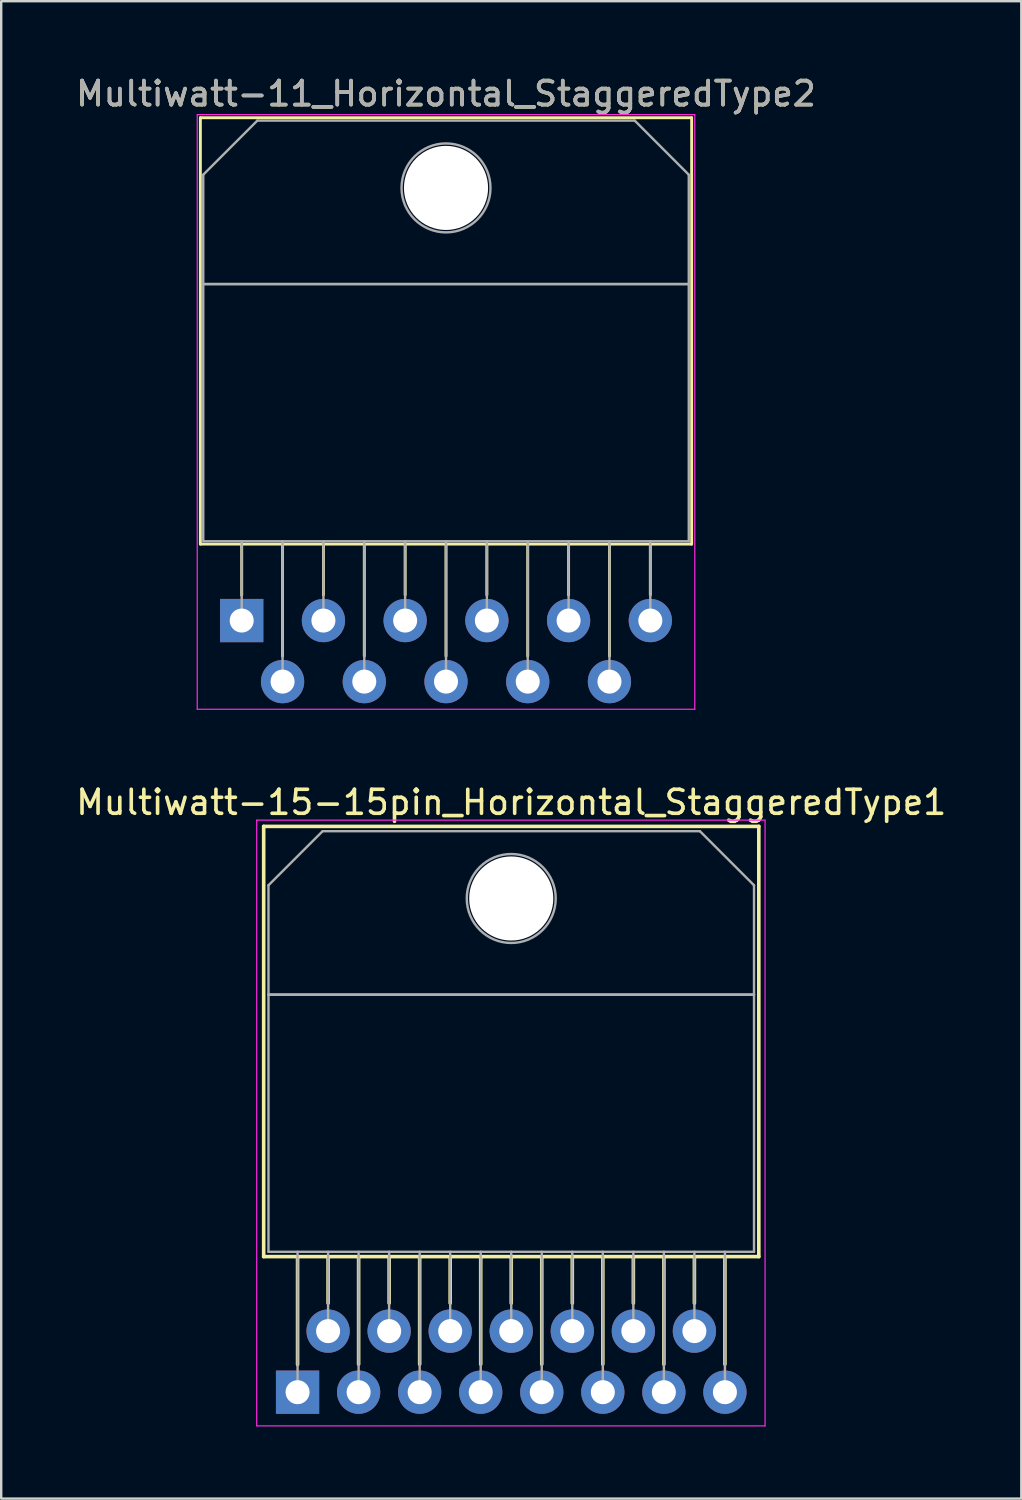
<source format=kicad_pcb>
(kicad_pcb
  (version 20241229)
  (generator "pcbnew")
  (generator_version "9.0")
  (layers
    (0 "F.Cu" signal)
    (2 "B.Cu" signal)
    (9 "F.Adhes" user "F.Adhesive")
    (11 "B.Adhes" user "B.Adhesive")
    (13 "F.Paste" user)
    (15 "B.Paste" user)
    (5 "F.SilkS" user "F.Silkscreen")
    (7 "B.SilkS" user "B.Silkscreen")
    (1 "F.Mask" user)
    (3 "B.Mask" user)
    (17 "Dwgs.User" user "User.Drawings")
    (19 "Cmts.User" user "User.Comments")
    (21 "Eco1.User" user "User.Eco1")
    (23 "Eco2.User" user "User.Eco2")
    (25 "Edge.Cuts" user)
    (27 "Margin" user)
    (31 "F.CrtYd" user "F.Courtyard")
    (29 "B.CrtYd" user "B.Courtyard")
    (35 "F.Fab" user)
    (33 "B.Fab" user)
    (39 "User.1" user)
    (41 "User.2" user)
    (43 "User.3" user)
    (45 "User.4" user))
  (footprint "Multiwatt-11_Horizontal_StaggeredType2"
    (layer "F.Cu")
    (at 7.006 22.768)
    (property "Reference" "Multiwatt-11_Horizontal_StaggeredType2" (at 8.5 -21.92 0) (layer "F.SilkS") (effects (font (size 1 1) (thickness 0.15))))
    (attr through_hole)
    (fp_line (start -1.72 -20.92) (end -1.72 -3.18) (stroke (width 0.12) (type solid)) (layer "F.SilkS"))
    (fp_line (start -1.72 -20.92) (end 18.72 -20.92) (stroke (width 0.12) (type solid)) (layer "F.SilkS"))
    (fp_line (start -1.72 -3.18) (end 18.72 -3.18) (stroke (width 0.12) (type solid)) (layer "F.SilkS"))
    (fp_line (start 0 -3.18) (end 0 -1.05) (stroke (width 0.12) (type solid)) (layer "F.SilkS"))
    (fp_line (start 1.7 -3.18) (end 1.7 1.475) (stroke (width 0.12) (type solid)) (layer "F.SilkS"))
    (fp_line (start 3.4 -3.18) (end 3.4 -1.066) (stroke (width 0.12) (type solid)) (layer "F.SilkS"))
    (fp_line (start 5.1 -3.18) (end 5.1 1.475) (stroke (width 0.12) (type solid)) (layer "F.SilkS"))
    (fp_line (start 6.8 -3.18) (end 6.8 -1.066) (stroke (width 0.12) (type solid)) (layer "F.SilkS"))
    (fp_line (start 8.5 -3.18) (end 8.5 1.475) (stroke (width 0.12) (type solid)) (layer "F.SilkS"))
    (fp_line (start 10.2 -3.18) (end 10.2 -1.066) (stroke (width 0.12) (type solid)) (layer "F.SilkS"))
    (fp_line (start 11.9 -3.18) (end 11.9 1.475) (stroke (width 0.12) (type solid)) (layer "F.SilkS"))
    (fp_line (start 13.6 -3.18) (end 13.6 -1.066) (stroke (width 0.12) (type solid)) (layer "F.SilkS"))
    (fp_line (start 15.3 -3.18) (end 15.3 1.475) (stroke (width 0.12) (type solid)) (layer "F.SilkS"))
    (fp_line (start 17 -3.18) (end 17 -1.066) (stroke (width 0.12) (type solid)) (layer "F.SilkS"))
    (fp_line (start 18.72 -20.92) (end 18.72 -3.18) (stroke (width 0.12) (type solid)) (layer "F.SilkS"))
    (fp_line (start -1.85 -21.05) (end -1.85 3.69) (stroke (width 0.05) (type solid)) (layer "F.CrtYd"))
    (fp_line (start -1.85 3.69) (end 18.85 3.69) (stroke (width 0.05) (type solid)) (layer "F.CrtYd"))
    (fp_line (start 18.85 -21.05) (end -1.85 -21.05) (stroke (width 0.05) (type solid)) (layer "F.CrtYd"))
    (fp_line (start 18.85 3.69) (end 18.85 -21.05) (stroke (width 0.05) (type solid)) (layer "F.CrtYd"))
    (fp_line (start -1.6 -18.55) (end 0.651 -20.8) (stroke (width 0.1) (type solid)) (layer "F.Fab"))
    (fp_line (start -1.6 -14) (end -1.6 -18.55) (stroke (width 0.1) (type solid)) (layer "F.Fab"))
    (fp_line (start -1.6 -14) (end 18.6 -14) (stroke (width 0.1) (type solid)) (layer "F.Fab"))
    (fp_line (start -1.6 -3.3) (end -1.6 -14) (stroke (width 0.1) (type solid)) (layer "F.Fab"))
    (fp_line (start 0 -3.3) (end 0 0) (stroke (width 0.1) (type solid)) (layer "F.Fab"))
    (fp_line (start 0.651 -20.8) (end 16.351 -20.8) (stroke (width 0.1) (type solid)) (layer "F.Fab"))
    (fp_line (start 1.7 -3.3) (end 1.7 2.54) (stroke (width 0.1) (type solid)) (layer "F.Fab"))
    (fp_line (start 3.4 -3.3) (end 3.4 0) (stroke (width 0.1) (type solid)) (layer "F.Fab"))
    (fp_line (start 5.1 -3.3) (end 5.1 2.54) (stroke (width 0.1) (type solid)) (layer "F.Fab"))
    (fp_line (start 6.8 -3.3) (end 6.8 0) (stroke (width 0.1) (type solid)) (layer "F.Fab"))
    (fp_line (start 8.5 -3.3) (end 8.5 2.54) (stroke (width 0.1) (type solid)) (layer "F.Fab"))
    (fp_line (start 10.2 -3.3) (end 10.2 0) (stroke (width 0.1) (type solid)) (layer "F.Fab"))
    (fp_line (start 11.9 -3.3) (end 11.9 2.54) (stroke (width 0.1) (type solid)) (layer "F.Fab"))
    (fp_line (start 13.6 -3.3) (end 13.6 0) (stroke (width 0.1) (type solid)) (layer "F.Fab"))
    (fp_line (start 15.3 -3.3) (end 15.3 2.54) (stroke (width 0.1) (type solid)) (layer "F.Fab"))
    (fp_line (start 16.351 -20.8) (end 18.6 -18.55) (stroke (width 0.1) (type solid)) (layer "F.Fab"))
    (fp_line (start 17 -3.3) (end 17 0) (stroke (width 0.1) (type solid)) (layer "F.Fab"))
    (fp_line (start 18.6 -18.55) (end 18.6 -14) (stroke (width 0.1) (type solid)) (layer "F.Fab"))
    (fp_line (start 18.6 -14) (end -1.6 -14) (stroke (width 0.1) (type solid)) (layer "F.Fab"))
    (fp_line (start 18.6 -14) (end 18.6 -3.3) (stroke (width 0.1) (type solid)) (layer "F.Fab"))
    (fp_line (start 18.6 -3.3) (end -1.6 -3.3) (stroke (width 0.1) (type solid)) (layer "F.Fab"))
    (fp_circle (center 8.5 -18) (end 10.35 -18) (stroke (width 0.1) (type solid)) (fill no) (layer "F.Fab"))
    (fp_text user "${REFERENCE}" (at 8.5 -21.92 0) (layer "F.Fab") (effects (font (size 1 1) (thickness 0.15))))
    (pad "" np_thru_hole oval (at 8.5 -18) (size 3.5 3.5) (drill 3.5) (layers "*.Cu" "*.Mask"))
    (pad "1" thru_hole rect (at 0 0) (size 1.8 1.8) (drill 1) (layers "*.Cu" "*.Mask"))
    (pad "2" thru_hole oval (at 1.7 2.54) (size 1.8 1.8) (drill 1) (layers "*.Cu" "*.Mask"))
    (pad "3" thru_hole oval (at 3.4 0) (size 1.8 1.8) (drill 1) (layers "*.Cu" "*.Mask"))
    (pad "4" thru_hole oval (at 5.1 2.54) (size 1.8 1.8) (drill 1) (layers "*.Cu" "*.Mask"))
    (pad "5" thru_hole oval (at 6.8 0) (size 1.8 1.8) (drill 1) (layers "*.Cu" "*.Mask"))
    (pad "6" thru_hole oval (at 8.5 2.54) (size 1.8 1.8) (drill 1) (layers "*.Cu" "*.Mask"))
    (pad "7" thru_hole oval (at 10.2 0) (size 1.8 1.8) (drill 1) (layers "*.Cu" "*.Mask"))
    (pad "8" thru_hole oval (at 11.9 2.54) (size 1.8 1.8) (drill 1) (layers "*.Cu" "*.Mask"))
    (pad "9" thru_hole oval (at 13.6 0) (size 1.8 1.8) (drill 1) (layers "*.Cu" "*.Mask"))
    (pad "10" thru_hole oval (at 15.3 2.54) (size 1.8 1.8) (drill 1) (layers "*.Cu" "*.Mask"))
    (pad "11" thru_hole oval (at 17 0) (size 1.8 1.8) (drill 1) (layers "*.Cu" "*.Mask")))
  (footprint "Multiwatt-15-15pin_Horizontal_StaggeredType1"
    (layer "F.Cu")
    (at 9.33 54.871)
    (property "Reference" "Multiwatt-15-15pin_Horizontal_StaggeredType1" (at 8.89 -24.54 0) (layer "F.SilkS") (effects (font (size 1 1) (thickness 0.15))))
    (attr through_hole)
    (fp_line (start -1.41 -23.54) (end -1.41 -5.64) (stroke (width 0.15) (type solid)) (layer "F.SilkS"))
    (fp_line (start -1.41 -23.54) (end 19.19 -23.54) (stroke (width 0.15) (type solid)) (layer "F.SilkS"))
    (fp_line (start -1.41 -5.64) (end 19.19 -5.64) (stroke (width 0.15) (type solid)) (layer "F.SilkS"))
    (fp_line (start 0 -5.64) (end 0 -1.15) (stroke (width 0.15) (type solid)) (layer "F.SilkS"))
    (fp_line (start 1.27 -5.64) (end 1.27 -3.705) (stroke (width 0.15) (type solid)) (layer "F.SilkS"))
    (fp_line (start 2.54 -5.64) (end 2.54 -1.164) (stroke (width 0.15) (type solid)) (layer "F.SilkS"))
    (fp_line (start 3.81 -5.64) (end 3.81 -3.705) (stroke (width 0.15) (type solid)) (layer "F.SilkS"))
    (fp_line (start 5.08 -5.64) (end 5.08 -1.164) (stroke (width 0.15) (type solid)) (layer "F.SilkS"))
    (fp_line (start 6.35 -5.64) (end 6.35 -3.705) (stroke (width 0.15) (type solid)) (layer "F.SilkS"))
    (fp_line (start 7.62 -5.64) (end 7.62 -1.164) (stroke (width 0.15) (type solid)) (layer "F.SilkS"))
    (fp_line (start 8.89 -5.64) (end 8.89 -3.705) (stroke (width 0.15) (type solid)) (layer "F.SilkS"))
    (fp_line (start 10.16 -5.64) (end 10.16 -1.164) (stroke (width 0.15) (type solid)) (layer "F.SilkS"))
    (fp_line (start 11.43 -5.64) (end 11.43 -3.705) (stroke (width 0.15) (type solid)) (layer "F.SilkS"))
    (fp_line (start 12.7 -5.64) (end 12.7 -1.164) (stroke (width 0.15) (type solid)) (layer "F.SilkS"))
    (fp_line (start 13.97 -5.64) (end 13.97 -3.705) (stroke (width 0.15) (type solid)) (layer "F.SilkS"))
    (fp_line (start 15.24 -5.64) (end 15.24 -1.164) (stroke (width 0.15) (type solid)) (layer "F.SilkS"))
    (fp_line (start 16.51 -5.64) (end 16.51 -3.705) (stroke (width 0.15) (type solid)) (layer "F.SilkS"))
    (fp_line (start 17.78 -5.64) (end 17.78 -1.164) (stroke (width 0.15) (type solid)) (layer "F.SilkS"))
    (fp_line (start 19.19 -23.54) (end 19.19 -5.64) (stroke (width 0.15) (type solid)) (layer "F.SilkS"))
    (fp_line (start -1.7 -23.8) (end -1.7 1.4) (stroke (width 0.05) (type solid)) (layer "F.CrtYd"))
    (fp_line (start -1.7 1.4) (end 19.45 1.4) (stroke (width 0.05) (type solid)) (layer "F.CrtYd"))
    (fp_line (start 19.45 -23.8) (end -1.7 -23.8) (stroke (width 0.05) (type solid)) (layer "F.CrtYd"))
    (fp_line (start 19.45 1.4) (end 19.45 -23.8) (stroke (width 0.05) (type solid)) (layer "F.CrtYd"))
    (fp_line (start -1.21 -21.09) (end 1.041 -23.34) (stroke (width 0.1) (type solid)) (layer "F.Fab"))
    (fp_line (start -1.21 -16.54) (end -1.21 -21.09) (stroke (width 0.1) (type solid)) (layer "F.Fab"))
    (fp_line (start -1.21 -16.54) (end 18.99 -16.54) (stroke (width 0.1) (type solid)) (layer "F.Fab"))
    (fp_line (start -1.21 -5.84) (end -1.21 -16.54) (stroke (width 0.1) (type solid)) (layer "F.Fab"))
    (fp_line (start 0 -5.84) (end 0 0) (stroke (width 0.1) (type solid)) (layer "F.Fab"))
    (fp_line (start 1.041 -23.34) (end 16.74 -23.34) (stroke (width 0.1) (type solid)) (layer "F.Fab"))
    (fp_line (start 1.27 -5.84) (end 1.27 -2.54) (stroke (width 0.1) (type solid)) (layer "F.Fab"))
    (fp_line (start 2.54 -5.84) (end 2.54 0) (stroke (width 0.1) (type solid)) (layer "F.Fab"))
    (fp_line (start 3.81 -5.84) (end 3.81 -2.54) (stroke (width 0.1) (type solid)) (layer "F.Fab"))
    (fp_line (start 5.08 -5.84) (end 5.08 0) (stroke (width 0.1) (type solid)) (layer "F.Fab"))
    (fp_line (start 6.35 -5.84) (end 6.35 -2.54) (stroke (width 0.1) (type solid)) (layer "F.Fab"))
    (fp_line (start 7.62 -5.84) (end 7.62 0) (stroke (width 0.1) (type solid)) (layer "F.Fab"))
    (fp_line (start 8.89 -5.84) (end 8.89 -2.54) (stroke (width 0.1) (type solid)) (layer "F.Fab"))
    (fp_line (start 10.16 -5.84) (end 10.16 0) (stroke (width 0.1) (type solid)) (layer "F.Fab"))
    (fp_line (start 11.43 -5.84) (end 11.43 -2.54) (stroke (width 0.1) (type solid)) (layer "F.Fab"))
    (fp_line (start 12.7 -5.84) (end 12.7 0) (stroke (width 0.1) (type solid)) (layer "F.Fab"))
    (fp_line (start 13.97 -5.84) (end 13.97 -2.54) (stroke (width 0.1) (type solid)) (layer "F.Fab"))
    (fp_line (start 15.24 -5.84) (end 15.24 0) (stroke (width 0.1) (type solid)) (layer "F.Fab"))
    (fp_line (start 16.51 -5.84) (end 16.51 -2.54) (stroke (width 0.1) (type solid)) (layer "F.Fab"))
    (fp_line (start 16.74 -23.34) (end 18.99 -21.09) (stroke (width 0.1) (type solid)) (layer "F.Fab"))
    (fp_line (start 17.78 -5.84) (end 17.78 0) (stroke (width 0.1) (type solid)) (layer "F.Fab"))
    (fp_line (start 18.99 -21.09) (end 18.99 -16.54) (stroke (width 0.1) (type solid)) (layer "F.Fab"))
    (fp_line (start 18.99 -16.54) (end -1.21 -16.54) (stroke (width 0.1) (type solid)) (layer "F.Fab"))
    (fp_line (start 18.99 -16.54) (end 18.99 -5.84) (stroke (width 0.1) (type solid)) (layer "F.Fab"))
    (fp_line (start 18.99 -5.84) (end -1.21 -5.84) (stroke (width 0.1) (type solid)) (layer "F.Fab"))
    (fp_circle (center 8.89 -20.54) (end 10.74 -20.54) (stroke (width 0.1) (type solid)) (fill no) (layer "F.Fab"))
    (pad "" np_thru_hole oval (at 8.89 -20.54) (size 3.5 3.5) (drill 3.5) (layers "*.Cu" "*.Mask"))
    (pad "1" thru_hole rect (at 0 0) (size 1.8 1.8) (drill 1) (layers "*.Cu" "*.Mask"))
    (pad "2" thru_hole oval (at 1.27 -2.54) (size 1.8 1.8) (drill 1) (layers "*.Cu" "*.Mask"))
    (pad "3" thru_hole oval (at 2.54 0) (size 1.8 1.8) (drill 1) (layers "*.Cu" "*.Mask"))
    (pad "4" thru_hole oval (at 3.81 -2.54) (size 1.8 1.8) (drill 1) (layers "*.Cu" "*.Mask"))
    (pad "5" thru_hole oval (at 5.08 0) (size 1.8 1.8) (drill 1) (layers "*.Cu" "*.Mask"))
    (pad "6" thru_hole oval (at 6.35 -2.54) (size 1.8 1.8) (drill 1) (layers "*.Cu" "*.Mask"))
    (pad "7" thru_hole oval (at 7.62 0) (size 1.8 1.8) (drill 1) (layers "*.Cu" "*.Mask"))
    (pad "8" thru_hole oval (at 8.89 -2.54) (size 1.8 1.8) (drill 1) (layers "*.Cu" "*.Mask"))
    (pad "9" thru_hole oval (at 10.16 0) (size 1.8 1.8) (drill 1) (layers "*.Cu" "*.Mask"))
    (pad "10" thru_hole oval (at 11.43 -2.54) (size 1.8 1.8) (drill 1) (layers "*.Cu" "*.Mask"))
    (pad "11" thru_hole oval (at 12.7 0) (size 1.8 1.8) (drill 1) (layers "*.Cu" "*.Mask"))
    (pad "12" thru_hole oval (at 13.97 -2.54) (size 1.8 1.8) (drill 1) (layers "*.Cu" "*.Mask"))
    (pad "13" thru_hole oval (at 15.24 0) (size 1.8 1.8) (drill 1) (layers "*.Cu" "*.Mask"))
    (pad "14" thru_hole oval (at 16.51 -2.54) (size 1.8 1.8) (drill 1) (layers "*.Cu" "*.Mask"))
    (pad "15" thru_hole oval (at 17.78 0) (size 1.8 1.8) (drill 1) (layers "*.Cu" "*.Mask")))
  (gr_rect
    (start -3 -3)
    (end 39.44 59.297)
    (stroke (width 0.1) (type default))
    (fill no)
    (layer "Edge.Cuts")))
</source>
